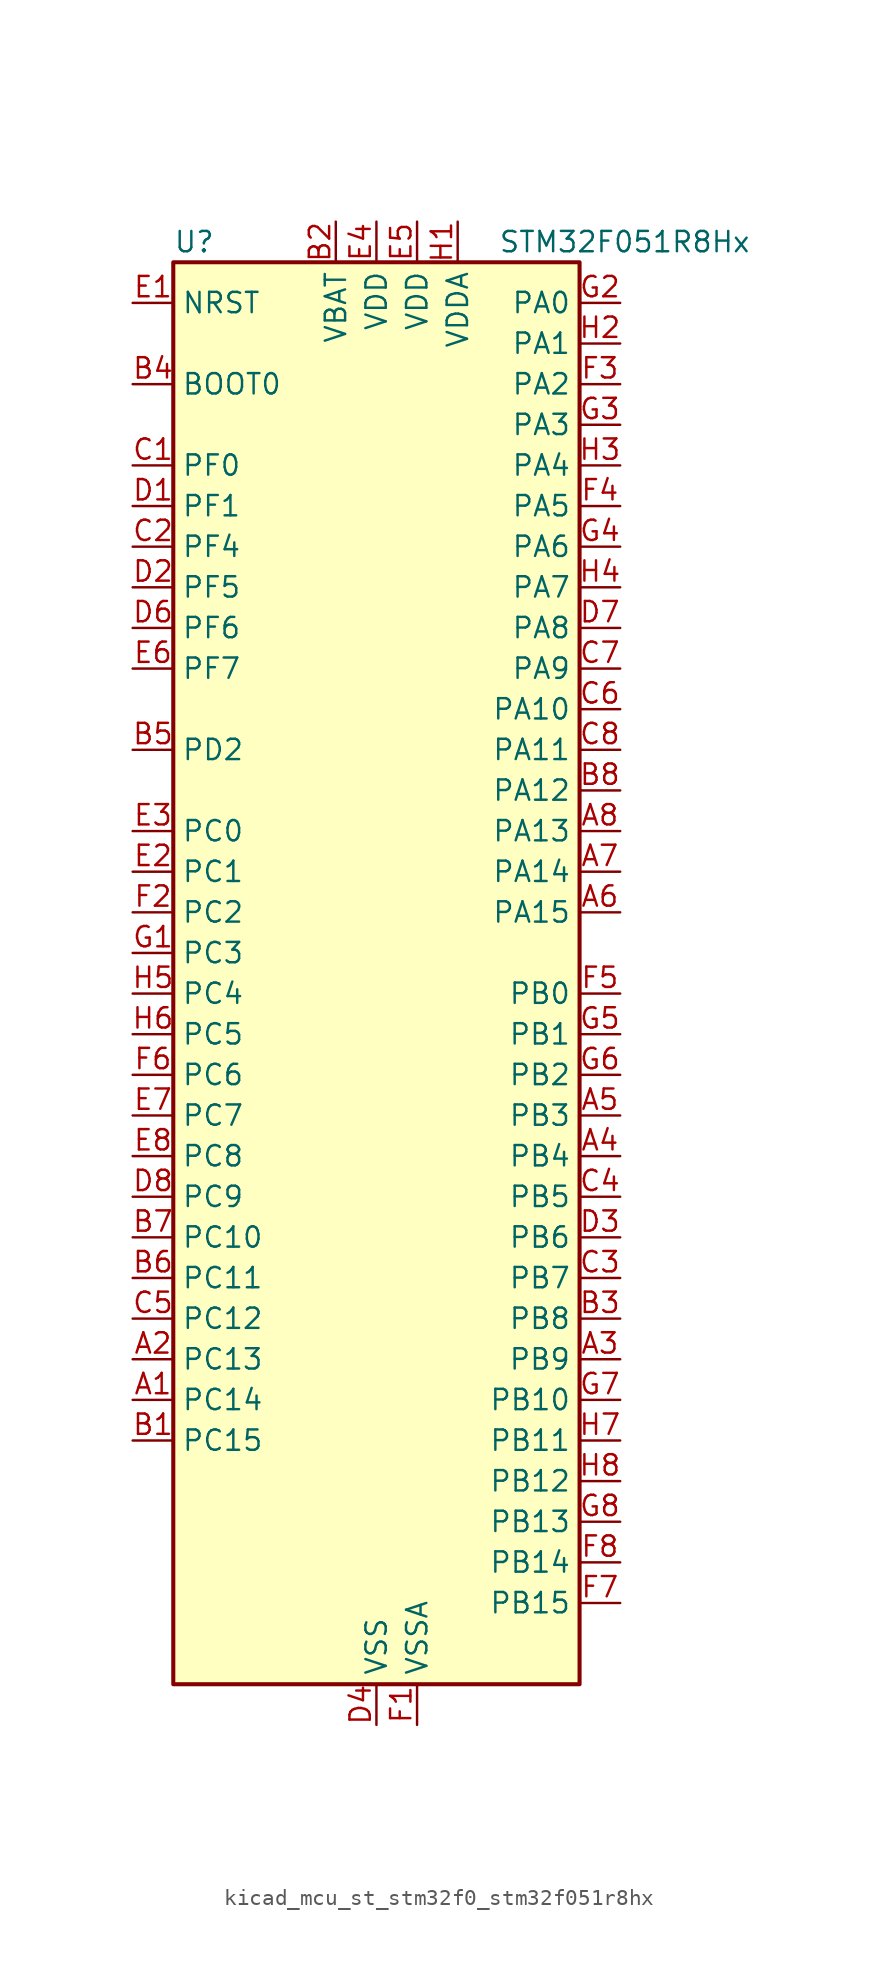
<source format=kicad_sym>
(kicad_symbol_lib
  (version 20220914)
  (generator kicad_symbol_editor)
  (symbol "kicad_mcu_st_stm32f0_stm32f051r8hx"
    (property "Reference" "U"
      (at -12.7 46.99 0)
      (effects (font (size 1.27 1.27)) (justify left)))
    (property "Value" "STM32F051R8Hx"
      (at 7.62 46.99 0)
      (effects (font (size 1.27 1.27)) (justify left)))
    (property "ki_locked" ""
      (at 0 0 0)
      (effects (font (size 1.27 1.27))))
    (symbol "kicad_mcu_st_stm32f0_stm32f051r8hx_0_1"
      (rectangle (start -12.7 -43.18) (end 12.7 45.72) (stroke (width 0.254) (type default)) (fill (type background))))
    (symbol "kicad_mcu_st_stm32f0_stm32f051r8hx_1_1"
      (pin bidirectional line (at -15.24 -25.4 0) (length 2.54) (name "PC14" (effects (font (size 1.27 1.27)))) (number "A1" (effects (font (size 1.27 1.27)))) (alternate "RCC_OSC32_IN" bidirectional line))
      (pin bidirectional line (at -15.24 -22.86 0) (length 2.54) (name "PC13" (effects (font (size 1.27 1.27)))) (number "A2" (effects (font (size 1.27 1.27)))) (alternate "RTC_OUT_ALARM" bidirectional line) (alternate "RTC_OUT_CALIB" bidirectional line) (alternate "RTC_TAMP1" bidirectional line) (alternate "RTC_TS" bidirectional line) (alternate "SYS_WKUP2" bidirectional line))
      (pin bidirectional line (at 15.24 -22.86 180) (length 2.54) (name "PB9" (effects (font (size 1.27 1.27)))) (number "A3" (effects (font (size 1.27 1.27)))) (alternate "DAC1_EXTI9" bidirectional line) (alternate "I2C1_SDA" bidirectional line) (alternate "IR_OUT" bidirectional line) (alternate "TIM17_CH1" bidirectional line))
      (pin bidirectional line (at 15.24 -10.16 180) (length 2.54) (name "PB4" (effects (font (size 1.27 1.27)))) (number "A4" (effects (font (size 1.27 1.27)))) (alternate "I2S1_MCK" bidirectional line) (alternate "SPI1_MISO" bidirectional line) (alternate "TIM3_CH1" bidirectional line) (alternate "TSC_G5_IO2" bidirectional line))
      (pin bidirectional line (at 15.24 -7.62 180) (length 2.54) (name "PB3" (effects (font (size 1.27 1.27)))) (number "A5" (effects (font (size 1.27 1.27)))) (alternate "I2S1_CK" bidirectional line) (alternate "SPI1_SCK" bidirectional line) (alternate "TIM2_CH2" bidirectional line) (alternate "TSC_G5_IO1" bidirectional line))
      (pin bidirectional line (at 15.24 5.08 180) (length 2.54) (name "PA15" (effects (font (size 1.27 1.27)))) (number "A6" (effects (font (size 1.27 1.27)))) (alternate "I2S1_WS" bidirectional line) (alternate "SPI1_NSS" bidirectional line) (alternate "TIM2_CH1" bidirectional line) (alternate "TIM2_ETR" bidirectional line) (alternate "USART2_RX" bidirectional line))
      (pin bidirectional line (at 15.24 7.62 180) (length 2.54) (name "PA14" (effects (font (size 1.27 1.27)))) (number "A7" (effects (font (size 1.27 1.27)))) (alternate "SYS_SWCLK" bidirectional line) (alternate "USART2_TX" bidirectional line))
      (pin bidirectional line (at 15.24 10.16 180) (length 2.54) (name "PA13" (effects (font (size 1.27 1.27)))) (number "A8" (effects (font (size 1.27 1.27)))) (alternate "IR_OUT" bidirectional line) (alternate "SYS_SWDIO" bidirectional line))
      (pin bidirectional line (at -15.24 -27.94 0) (length 2.54) (name "PC15" (effects (font (size 1.27 1.27)))) (number "B1" (effects (font (size 1.27 1.27)))) (alternate "RCC_OSC32_OUT" bidirectional line))
      (pin power_in line (at -2.54 48.26 270) (length 2.54) (name "VBAT" (effects (font (size 1.27 1.27)))) (number "B2" (effects (font (size 1.27 1.27)))))
      (pin bidirectional line (at 15.24 -20.32 180) (length 2.54) (name "PB8" (effects (font (size 1.27 1.27)))) (number "B3" (effects (font (size 1.27 1.27)))) (alternate "CEC" bidirectional line) (alternate "I2C1_SCL" bidirectional line) (alternate "TIM16_CH1" bidirectional line) (alternate "TSC_SYNC" bidirectional line))
      (pin input line (at -15.24 38.1 0) (length 2.54) (name "BOOT0" (effects (font (size 1.27 1.27)))) (number "B4" (effects (font (size 1.27 1.27)))))
      (pin bidirectional line (at -15.24 15.24 0) (length 2.54) (name "PD2" (effects (font (size 1.27 1.27)))) (number "B5" (effects (font (size 1.27 1.27)))) (alternate "TIM3_ETR" bidirectional line))
      (pin bidirectional line (at -15.24 -17.78 0) (length 2.54) (name "PC11" (effects (font (size 1.27 1.27)))) (number "B6" (effects (font (size 1.27 1.27)))))
      (pin bidirectional line (at -15.24 -15.24 0) (length 2.54) (name "PC10" (effects (font (size 1.27 1.27)))) (number "B7" (effects (font (size 1.27 1.27)))))
      (pin bidirectional line (at 15.24 12.7 180) (length 2.54) (name "PA12" (effects (font (size 1.27 1.27)))) (number "B8" (effects (font (size 1.27 1.27)))) (alternate "COMP2_OUT" bidirectional line) (alternate "TIM1_ETR" bidirectional line) (alternate "TSC_G4_IO4" bidirectional line) (alternate "USART1_DE" bidirectional line) (alternate "USART1_RTS" bidirectional line))
      (pin bidirectional line (at -15.24 33.02 0) (length 2.54) (name "PF0" (effects (font (size 1.27 1.27)))) (number "C1" (effects (font (size 1.27 1.27)))) (alternate "RCC_OSC_IN" bidirectional line))
      (pin bidirectional line (at -15.24 27.94 0) (length 2.54) (name "PF4" (effects (font (size 1.27 1.27)))) (number "C2" (effects (font (size 1.27 1.27)))))
      (pin bidirectional line (at 15.24 -17.78 180) (length 2.54) (name "PB7" (effects (font (size 1.27 1.27)))) (number "C3" (effects (font (size 1.27 1.27)))) (alternate "I2C1_SDA" bidirectional line) (alternate "TIM17_CH1N" bidirectional line) (alternate "TSC_G5_IO4" bidirectional line) (alternate "USART1_RX" bidirectional line))
      (pin bidirectional line (at 15.24 -12.7 180) (length 2.54) (name "PB5" (effects (font (size 1.27 1.27)))) (number "C4" (effects (font (size 1.27 1.27)))) (alternate "I2C1_SMBA" bidirectional line) (alternate "I2S1_SD" bidirectional line) (alternate "SPI1_MOSI" bidirectional line) (alternate "TIM16_BKIN" bidirectional line) (alternate "TIM3_CH2" bidirectional line))
      (pin bidirectional line (at -15.24 -20.32 0) (length 2.54) (name "PC12" (effects (font (size 1.27 1.27)))) (number "C5" (effects (font (size 1.27 1.27)))))
      (pin bidirectional line (at 15.24 17.78 180) (length 2.54) (name "PA10" (effects (font (size 1.27 1.27)))) (number "C6" (effects (font (size 1.27 1.27)))) (alternate "TIM17_BKIN" bidirectional line) (alternate "TIM1_CH3" bidirectional line) (alternate "TSC_G4_IO2" bidirectional line) (alternate "USART1_RX" bidirectional line))
      (pin bidirectional line (at 15.24 20.32 180) (length 2.54) (name "PA9" (effects (font (size 1.27 1.27)))) (number "C7" (effects (font (size 1.27 1.27)))) (alternate "DAC1_EXTI9" bidirectional line) (alternate "TIM15_BKIN" bidirectional line) (alternate "TIM1_CH2" bidirectional line) (alternate "TSC_G4_IO1" bidirectional line) (alternate "USART1_TX" bidirectional line))
      (pin bidirectional line (at 15.24 15.24 180) (length 2.54) (name "PA11" (effects (font (size 1.27 1.27)))) (number "C8" (effects (font (size 1.27 1.27)))) (alternate "COMP1_OUT" bidirectional line) (alternate "TIM1_CH4" bidirectional line) (alternate "TSC_G4_IO3" bidirectional line) (alternate "USART1_CTS" bidirectional line))
      (pin bidirectional line (at -15.24 30.48 0) (length 2.54) (name "PF1" (effects (font (size 1.27 1.27)))) (number "D1" (effects (font (size 1.27 1.27)))) (alternate "RCC_OSC_OUT" bidirectional line))
      (pin bidirectional line (at -15.24 25.4 0) (length 2.54) (name "PF5" (effects (font (size 1.27 1.27)))) (number "D2" (effects (font (size 1.27 1.27)))))
      (pin bidirectional line (at 15.24 -15.24 180) (length 2.54) (name "PB6" (effects (font (size 1.27 1.27)))) (number "D3" (effects (font (size 1.27 1.27)))) (alternate "I2C1_SCL" bidirectional line) (alternate "TIM16_CH1N" bidirectional line) (alternate "TSC_G5_IO3" bidirectional line) (alternate "USART1_TX" bidirectional line))
      (pin power_in line (at 0 -45.72 90) (length 2.54) (name "VSS" (effects (font (size 1.27 1.27)))) (number "D4" (effects (font (size 1.27 1.27)))))
      (pin passive line (at 0 -45.72 90) (length 2.54) hide (name "VSS" (effects (font (size 1.27 1.27)))) (number "D5" (effects (font (size 1.27 1.27)))))
      (pin bidirectional line (at -15.24 22.86 0) (length 2.54) (name "PF6" (effects (font (size 1.27 1.27)))) (number "D6" (effects (font (size 1.27 1.27)))) (alternate "I2C2_SCL" bidirectional line))
      (pin bidirectional line (at 15.24 22.86 180) (length 2.54) (name "PA8" (effects (font (size 1.27 1.27)))) (number "D7" (effects (font (size 1.27 1.27)))) (alternate "RCC_MCO" bidirectional line) (alternate "TIM1_CH1" bidirectional line) (alternate "USART1_CK" bidirectional line))
      (pin bidirectional line (at -15.24 -12.7 0) (length 2.54) (name "PC9" (effects (font (size 1.27 1.27)))) (number "D8" (effects (font (size 1.27 1.27)))) (alternate "DAC1_EXTI9" bidirectional line) (alternate "TIM3_CH4" bidirectional line))
      (pin input line (at -15.24 43.18 0) (length 2.54) (name "NRST" (effects (font (size 1.27 1.27)))) (number "E1" (effects (font (size 1.27 1.27)))))
      (pin bidirectional line (at -15.24 7.62 0) (length 2.54) (name "PC1" (effects (font (size 1.27 1.27)))) (number "E2" (effects (font (size 1.27 1.27)))) (alternate "ADC_IN11" bidirectional line))
      (pin bidirectional line (at -15.24 10.16 0) (length 2.54) (name "PC0" (effects (font (size 1.27 1.27)))) (number "E3" (effects (font (size 1.27 1.27)))) (alternate "ADC_IN10" bidirectional line))
      (pin power_in line (at 0 48.26 270) (length 2.54) (name "VDD" (effects (font (size 1.27 1.27)))) (number "E4" (effects (font (size 1.27 1.27)))))
      (pin power_in line (at 2.54 48.26 270) (length 2.54) (name "VDD" (effects (font (size 1.27 1.27)))) (number "E5" (effects (font (size 1.27 1.27)))))
      (pin bidirectional line (at -15.24 20.32 0) (length 2.54) (name "PF7" (effects (font (size 1.27 1.27)))) (number "E6" (effects (font (size 1.27 1.27)))) (alternate "I2C2_SDA" bidirectional line))
      (pin bidirectional line (at -15.24 -7.62 0) (length 2.54) (name "PC7" (effects (font (size 1.27 1.27)))) (number "E7" (effects (font (size 1.27 1.27)))) (alternate "TIM3_CH2" bidirectional line))
      (pin bidirectional line (at -15.24 -10.16 0) (length 2.54) (name "PC8" (effects (font (size 1.27 1.27)))) (number "E8" (effects (font (size 1.27 1.27)))) (alternate "TIM3_CH3" bidirectional line))
      (pin power_in line (at 2.54 -45.72 90) (length 2.54) (name "VSSA" (effects (font (size 1.27 1.27)))) (number "F1" (effects (font (size 1.27 1.27)))))
      (pin bidirectional line (at -15.24 5.08 0) (length 2.54) (name "PC2" (effects (font (size 1.27 1.27)))) (number "F2" (effects (font (size 1.27 1.27)))) (alternate "ADC_IN12" bidirectional line))
      (pin bidirectional line (at 15.24 38.1 180) (length 2.54) (name "PA2" (effects (font (size 1.27 1.27)))) (number "F3" (effects (font (size 1.27 1.27)))) (alternate "ADC_IN2" bidirectional line) (alternate "COMP2_INM" bidirectional line) (alternate "COMP2_OUT" bidirectional line) (alternate "TIM15_CH1" bidirectional line) (alternate "TIM2_CH3" bidirectional line) (alternate "TSC_G1_IO3" bidirectional line) (alternate "USART2_TX" bidirectional line))
      (pin bidirectional line (at 15.24 30.48 180) (length 2.54) (name "PA5" (effects (font (size 1.27 1.27)))) (number "F4" (effects (font (size 1.27 1.27)))) (alternate "ADC_IN5" bidirectional line) (alternate "CEC" bidirectional line) (alternate "COMP1_INM" bidirectional line) (alternate "COMP2_INM" bidirectional line) (alternate "I2S1_CK" bidirectional line) (alternate "SPI1_SCK" bidirectional line) (alternate "TIM2_CH1" bidirectional line) (alternate "TIM2_ETR" bidirectional line) (alternate "TSC_G2_IO2" bidirectional line))
      (pin bidirectional line (at 15.24 0 180) (length 2.54) (name "PB0" (effects (font (size 1.27 1.27)))) (number "F5" (effects (font (size 1.27 1.27)))) (alternate "ADC_IN8" bidirectional line) (alternate "TIM1_CH2N" bidirectional line) (alternate "TIM3_CH3" bidirectional line) (alternate "TSC_G3_IO2" bidirectional line))
      (pin bidirectional line (at -15.24 -5.08 0) (length 2.54) (name "PC6" (effects (font (size 1.27 1.27)))) (number "F6" (effects (font (size 1.27 1.27)))) (alternate "TIM3_CH1" bidirectional line))
      (pin bidirectional line (at 15.24 -38.1 180) (length 2.54) (name "PB15" (effects (font (size 1.27 1.27)))) (number "F7" (effects (font (size 1.27 1.27)))) (alternate "RTC_REFIN" bidirectional line) (alternate "SPI2_MOSI" bidirectional line) (alternate "TIM15_CH1N" bidirectional line) (alternate "TIM15_CH2" bidirectional line) (alternate "TIM1_CH3N" bidirectional line))
      (pin bidirectional line (at 15.24 -35.56 180) (length 2.54) (name "PB14" (effects (font (size 1.27 1.27)))) (number "F8" (effects (font (size 1.27 1.27)))) (alternate "SPI2_MISO" bidirectional line) (alternate "TIM15_CH1" bidirectional line) (alternate "TIM1_CH2N" bidirectional line) (alternate "TSC_G6_IO4" bidirectional line))
      (pin bidirectional line (at -15.24 2.54 0) (length 2.54) (name "PC3" (effects (font (size 1.27 1.27)))) (number "G1" (effects (font (size 1.27 1.27)))) (alternate "ADC_IN13" bidirectional line))
      (pin bidirectional line (at 15.24 43.18 180) (length 2.54) (name "PA0" (effects (font (size 1.27 1.27)))) (number "G2" (effects (font (size 1.27 1.27)))) (alternate "ADC_IN0" bidirectional line) (alternate "COMP1_INM" bidirectional line) (alternate "COMP1_OUT" bidirectional line) (alternate "RTC_TAMP2" bidirectional line) (alternate "SYS_WKUP1" bidirectional line) (alternate "TIM2_CH1" bidirectional line) (alternate "TIM2_ETR" bidirectional line) (alternate "TSC_G1_IO1" bidirectional line) (alternate "USART2_CTS" bidirectional line))
      (pin bidirectional line (at 15.24 35.56 180) (length 2.54) (name "PA3" (effects (font (size 1.27 1.27)))) (number "G3" (effects (font (size 1.27 1.27)))) (alternate "ADC_IN3" bidirectional line) (alternate "COMP2_INP" bidirectional line) (alternate "TIM15_CH2" bidirectional line) (alternate "TIM2_CH4" bidirectional line) (alternate "TSC_G1_IO4" bidirectional line) (alternate "USART2_RX" bidirectional line))
      (pin bidirectional line (at 15.24 27.94 180) (length 2.54) (name "PA6" (effects (font (size 1.27 1.27)))) (number "G4" (effects (font (size 1.27 1.27)))) (alternate "ADC_IN6" bidirectional line) (alternate "COMP1_OUT" bidirectional line) (alternate "I2S1_MCK" bidirectional line) (alternate "SPI1_MISO" bidirectional line) (alternate "TIM16_CH1" bidirectional line) (alternate "TIM1_BKIN" bidirectional line) (alternate "TIM3_CH1" bidirectional line) (alternate "TSC_G2_IO3" bidirectional line))
      (pin bidirectional line (at 15.24 -2.54 180) (length 2.54) (name "PB1" (effects (font (size 1.27 1.27)))) (number "G5" (effects (font (size 1.27 1.27)))) (alternate "ADC_IN9" bidirectional line) (alternate "TIM14_CH1" bidirectional line) (alternate "TIM1_CH3N" bidirectional line) (alternate "TIM3_CH4" bidirectional line) (alternate "TSC_G3_IO3" bidirectional line))
      (pin bidirectional line (at 15.24 -5.08 180) (length 2.54) (name "PB2" (effects (font (size 1.27 1.27)))) (number "G6" (effects (font (size 1.27 1.27)))) (alternate "TSC_G3_IO4" bidirectional line))
      (pin bidirectional line (at 15.24 -25.4 180) (length 2.54) (name "PB10" (effects (font (size 1.27 1.27)))) (number "G7" (effects (font (size 1.27 1.27)))) (alternate "CEC" bidirectional line) (alternate "I2C2_SCL" bidirectional line) (alternate "TIM2_CH3" bidirectional line) (alternate "TSC_SYNC" bidirectional line))
      (pin bidirectional line (at 15.24 -33.02 180) (length 2.54) (name "PB13" (effects (font (size 1.27 1.27)))) (number "G8" (effects (font (size 1.27 1.27)))) (alternate "SPI2_SCK" bidirectional line) (alternate "TIM1_CH1N" bidirectional line) (alternate "TSC_G6_IO3" bidirectional line))
      (pin power_in line (at 5.08 48.26 270) (length 2.54) (name "VDDA" (effects (font (size 1.27 1.27)))) (number "H1" (effects (font (size 1.27 1.27)))))
      (pin bidirectional line (at 15.24 40.64 180) (length 2.54) (name "PA1" (effects (font (size 1.27 1.27)))) (number "H2" (effects (font (size 1.27 1.27)))) (alternate "ADC_IN1" bidirectional line) (alternate "COMP1_INP" bidirectional line) (alternate "TIM2_CH2" bidirectional line) (alternate "TSC_G1_IO2" bidirectional line) (alternate "USART2_DE" bidirectional line) (alternate "USART2_RTS" bidirectional line))
      (pin bidirectional line (at 15.24 33.02 180) (length 2.54) (name "PA4" (effects (font (size 1.27 1.27)))) (number "H3" (effects (font (size 1.27 1.27)))) (alternate "ADC_IN4" bidirectional line) (alternate "COMP1_INM" bidirectional line) (alternate "COMP2_INM" bidirectional line) (alternate "DAC1_OUT1" bidirectional line) (alternate "I2S1_WS" bidirectional line) (alternate "SPI1_NSS" bidirectional line) (alternate "TIM14_CH1" bidirectional line) (alternate "TSC_G2_IO1" bidirectional line) (alternate "USART2_CK" bidirectional line))
      (pin bidirectional line (at 15.24 25.4 180) (length 2.54) (name "PA7" (effects (font (size 1.27 1.27)))) (number "H4" (effects (font (size 1.27 1.27)))) (alternate "ADC_IN7" bidirectional line) (alternate "COMP2_OUT" bidirectional line) (alternate "I2S1_SD" bidirectional line) (alternate "SPI1_MOSI" bidirectional line) (alternate "TIM14_CH1" bidirectional line) (alternate "TIM17_CH1" bidirectional line) (alternate "TIM1_CH1N" bidirectional line) (alternate "TIM3_CH2" bidirectional line) (alternate "TSC_G2_IO4" bidirectional line))
      (pin bidirectional line (at -15.24 0 0) (length 2.54) (name "PC4" (effects (font (size 1.27 1.27)))) (number "H5" (effects (font (size 1.27 1.27)))) (alternate "ADC_IN14" bidirectional line))
      (pin bidirectional line (at -15.24 -2.54 0) (length 2.54) (name "PC5" (effects (font (size 1.27 1.27)))) (number "H6" (effects (font (size 1.27 1.27)))) (alternate "ADC_IN15" bidirectional line) (alternate "TSC_G3_IO1" bidirectional line))
      (pin bidirectional line (at 15.24 -27.94 180) (length 2.54) (name "PB11" (effects (font (size 1.27 1.27)))) (number "H7" (effects (font (size 1.27 1.27)))) (alternate "I2C2_SDA" bidirectional line) (alternate "TIM2_CH4" bidirectional line) (alternate "TSC_G6_IO1" bidirectional line))
      (pin bidirectional line (at 15.24 -30.48 180) (length 2.54) (name "PB12" (effects (font (size 1.27 1.27)))) (number "H8" (effects (font (size 1.27 1.27)))) (alternate "SPI2_NSS" bidirectional line) (alternate "TIM1_BKIN" bidirectional line) (alternate "TSC_G6_IO2" bidirectional line)))))
</source>
